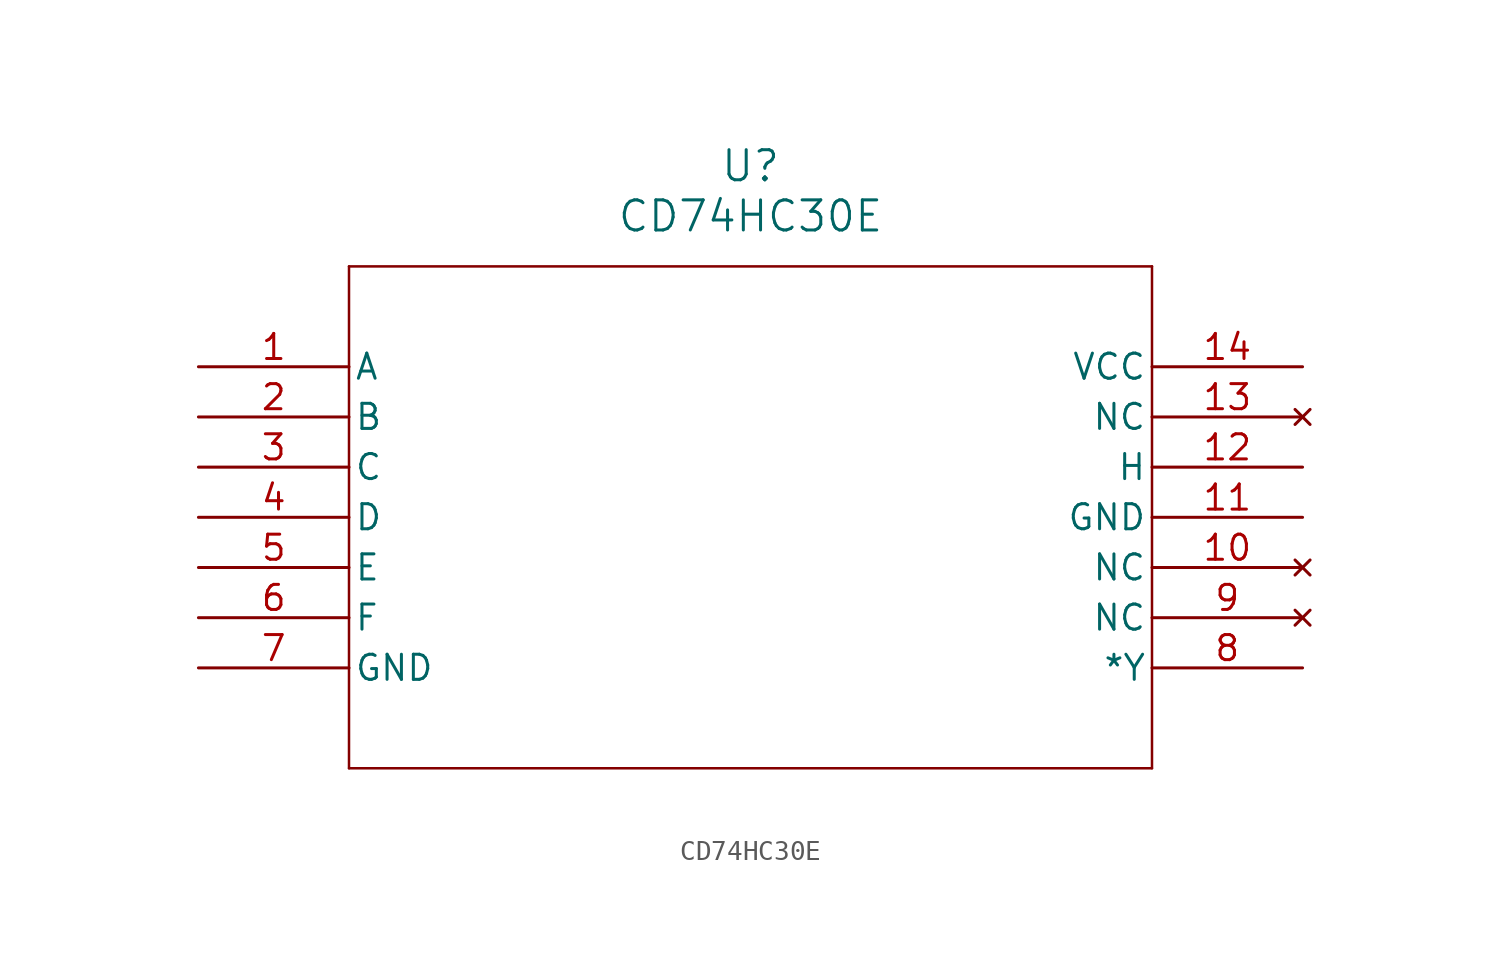
<source format=kicad_sym>
(kicad_symbol_lib
  (version 20211014)
  (generator kicad_symbol_editor)
  (symbol "CD74HC30E"
    (pin_names
      (offset 0.254))
    (property "Reference" "U"
      (at 27.94 10.16 0)
      (effects (font (size 1.524 1.524))))
    (property "Value" "CD74HC30E"
      (at 27.94 7.62 0)
      (effects (font (size 1.524 1.524))))
    (symbol "CD74HC30E_0_1"
      (polyline (pts (xy 7.62 5.08) (xy 7.62 -20.32)) (stroke (width 0.127) (type default) (color 0 0 0 0)) (fill (type none)))
      (polyline (pts (xy 7.62 -20.32) (xy 48.26 -20.32)) (stroke (width 0.127) (type default) (color 0 0 0 0)) (fill (type none)))
      (polyline (pts (xy 48.26 -20.32) (xy 48.26 5.08)) (stroke (width 0.127) (type default) (color 0 0 0 0)) (fill (type none)))
      (polyline (pts (xy 48.26 5.08) (xy 7.62 5.08)) (stroke (width 0.127) (type default) (color 0 0 0 0)) (fill (type none)))
      (pin input line (at 0 0 0) (length 7.62) (name "A" (effects (font (size 1.27 1.27)))) (number "1" (effects (font (size 1.27 1.27)))))
      (pin input line (at 0 -2.54 0) (length 7.62) (name "B" (effects (font (size 1.27 1.27)))) (number "2" (effects (font (size 1.27 1.27)))))
      (pin input line (at 0 -5.08 0) (length 7.62) (name "C" (effects (font (size 1.27 1.27)))) (number "3" (effects (font (size 1.27 1.27)))))
      (pin input line (at 0 -7.62 0) (length 7.62) (name "D" (effects (font (size 1.27 1.27)))) (number "4" (effects (font (size 1.27 1.27)))))
      (pin input line (at 0 -10.16 0) (length 7.62) (name "E" (effects (font (size 1.27 1.27)))) (number "5" (effects (font (size 1.27 1.27)))))
      (pin input line (at 0 -12.7 0) (length 7.62) (name "F" (effects (font (size 1.27 1.27)))) (number "6" (effects (font (size 1.27 1.27)))))
      (pin power_in line (at 0 -15.24 0) (length 7.62) (name "GND" (effects (font (size 1.27 1.27)))) (number "7" (effects (font (size 1.27 1.27)))))
      (pin output line (at 55.88 -15.24 180) (length 7.62) (name "*Y" (effects (font (size 1.27 1.27)))) (number "8" (effects (font (size 1.27 1.27)))))
      (pin no_connect line (at 55.88 -12.7 180) (length 7.62) (name "NC" (effects (font (size 1.27 1.27)))) (number "9" (effects (font (size 1.27 1.27)))))
      (pin no_connect line (at 55.88 -10.16 180) (length 7.62) (name "NC" (effects (font (size 1.27 1.27)))) (number "10" (effects (font (size 1.27 1.27)))))
      (pin power_in line (at 55.88 -7.62 180) (length 7.62) (name "GND" (effects (font (size 1.27 1.27)))) (number "11" (effects (font (size 1.27 1.27)))))
      (pin input line (at 55.88 -5.08 180) (length 7.62) (name "H" (effects (font (size 1.27 1.27)))) (number "12" (effects (font (size 1.27 1.27)))))
      (pin no_connect line (at 55.88 -2.54 180) (length 7.62) (name "NC" (effects (font (size 1.27 1.27)))) (number "13" (effects (font (size 1.27 1.27)))))
      (pin power_in line (at 55.88 0 180) (length 7.62) (name "VCC" (effects (font (size 1.27 1.27)))) (number "14" (effects (font (size 1.27 1.27))))))))
</source>
